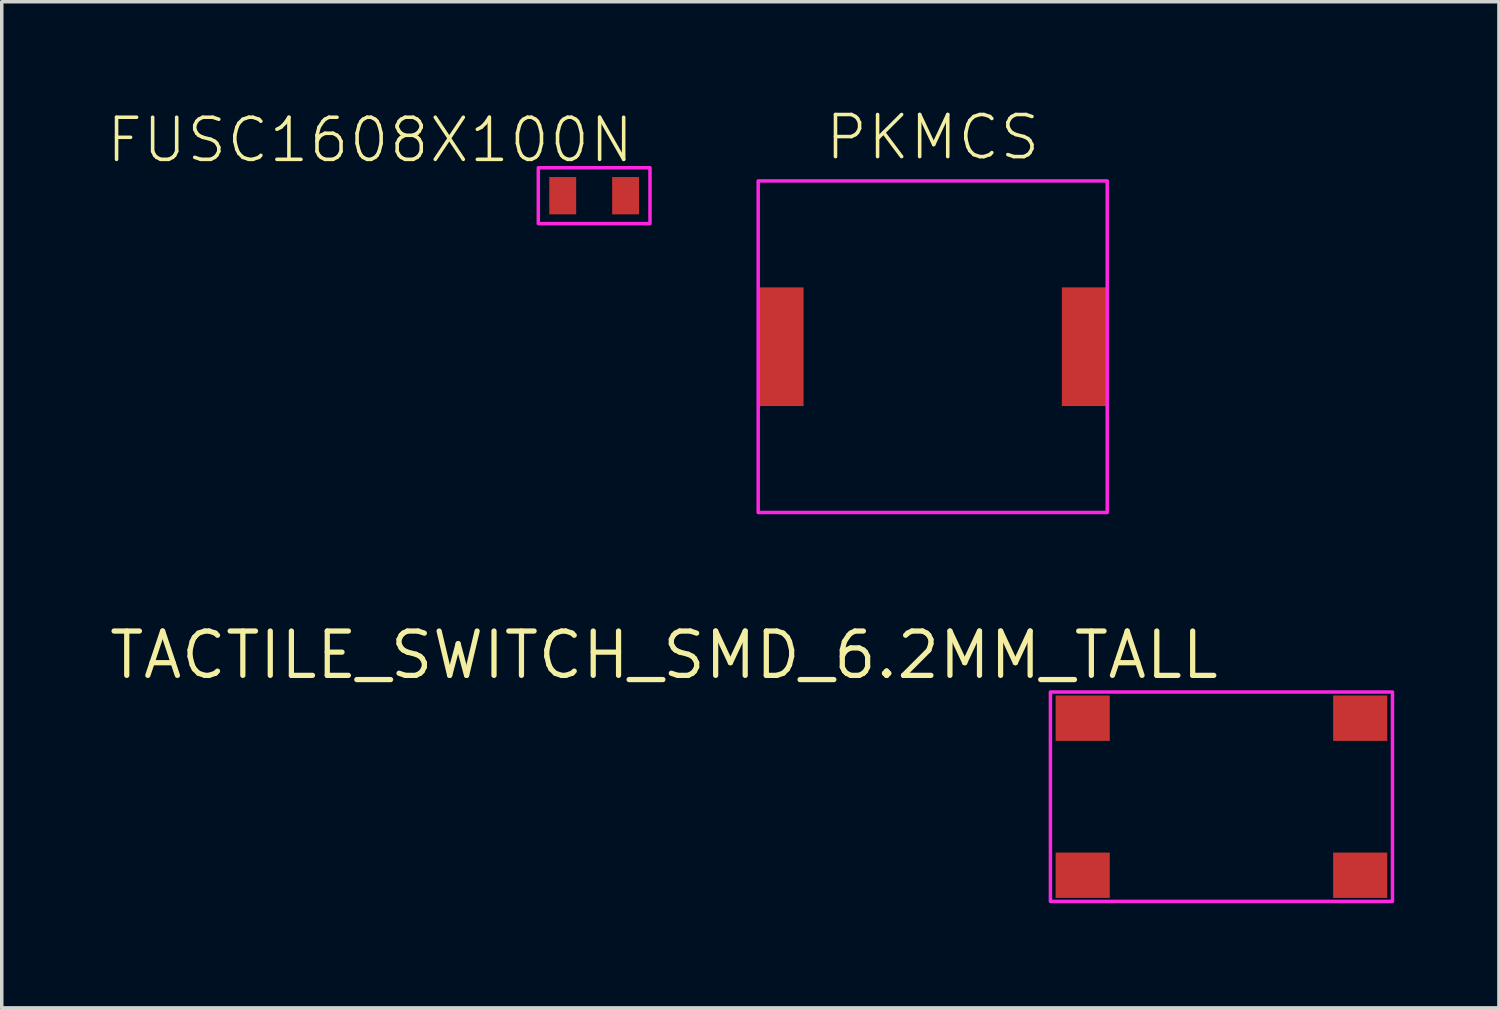
<source format=kicad_pcb>
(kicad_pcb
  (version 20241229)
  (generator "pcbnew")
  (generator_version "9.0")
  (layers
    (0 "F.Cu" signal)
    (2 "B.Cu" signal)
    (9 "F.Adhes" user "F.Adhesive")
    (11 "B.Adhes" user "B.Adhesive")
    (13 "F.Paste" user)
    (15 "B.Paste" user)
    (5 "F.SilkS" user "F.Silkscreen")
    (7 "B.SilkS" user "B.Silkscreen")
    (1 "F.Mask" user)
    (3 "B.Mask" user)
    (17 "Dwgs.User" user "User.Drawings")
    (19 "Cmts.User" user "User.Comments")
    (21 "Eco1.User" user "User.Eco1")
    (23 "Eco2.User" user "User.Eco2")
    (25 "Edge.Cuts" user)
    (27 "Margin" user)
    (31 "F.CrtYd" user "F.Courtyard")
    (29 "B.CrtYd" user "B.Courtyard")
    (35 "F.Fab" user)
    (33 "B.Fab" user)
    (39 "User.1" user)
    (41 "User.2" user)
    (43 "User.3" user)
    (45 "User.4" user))
  (footprint "PKMCS"
    (layer "F.Cu")
    (at 23.673 6.884)
    (property "Reference" "PKMCS" (at 0 -6 0) (layer "F.SilkS") (effects (font (size 1.206 1.206) (thickness 0.102))))
    (attr through_hole)
    (fp_poly (pts (xy -5 -4.75) (xy 5 -4.75) (xy 5 4.75) (xy -5 4.75)) (stroke (width 0.1) (type solid)) (fill no) (layer "F.CrtYd"))
    (pad "1" smd rect (at -4.35 0 90) (size 3.4 1.3) (layers "F.Cu" "F.Mask" "F.Paste"))
    (pad "2" smd rect (at 4.35 0 90) (size 3.4 1.3) (layers "F.Cu" "F.Mask" "F.Paste")))
  (footprint "TACTILE_SWITCH_SMD_6.2MM_TALL"
    (layer "F.Cu")
    (at 31.946 19.777)
    (property "Reference" "TACTILE_SWITCH_SMD_6.2MM_TALL" (at 0 -4.8 0) (layer "F.SilkS") (effects (font (size 1.27 1.27) (thickness 0.15)) (justify right top)))
    (attr through_hole)
    (fp_poly (pts (xy -4.9 -3) (xy 4.9 -3) (xy 4.9 3) (xy -4.9 3)) (stroke (width 0.1) (type solid)) (fill no) (layer "F.CrtYd"))
    (pad "A1" smd rect (at -3.975 2.25 90) (size 1.3 1.55) (layers "F.Cu" "F.Mask" "F.Paste"))
    (pad "A2" smd rect (at 3.975 2.25 90) (size 1.3 1.55) (layers "F.Cu" "F.Mask" "F.Paste"))
    (pad "B1" smd rect (at -3.975 -2.25 90) (size 1.3 1.55) (layers "F.Cu" "F.Mask" "F.Paste"))
    (pad "B2" smd rect (at 3.975 -2.25 90) (size 1.3 1.55) (layers "F.Cu" "F.Mask" "F.Paste")))
  (footprint "FUSC1608X100N"
    (layer "F.Cu")
    (at 13.973 2.557)
    (property "Reference" "FUSC1608X100N" (at 1.2 -2.3 0) (layer "F.SilkS") (effects (font (size 1.206 1.206) (thickness 0.102)) (justify right top)))
    (attr through_hole)
    (fp_poly (pts (xy -1.6 -0.8) (xy 1.6 -0.8) (xy 1.6 0.8) (xy -1.6 0.8)) (stroke (width 0.1) (type solid)) (fill no) (layer "F.CrtYd"))
    (pad "1" smd rect (at -0.9 0 90) (size 1.07 0.77) (layers "F.Cu" "F.Mask" "F.Paste"))
    (pad "2" smd rect (at 0.9 0 90) (size 1.07 0.77) (layers "F.Cu" "F.Mask" "F.Paste")))
  (gr_rect
    (start -3 -3)
    (end 39.896 25.827)
    (stroke (width 0.1) (type default))
    (fill no)
    (layer "Edge.Cuts")))
</source>
